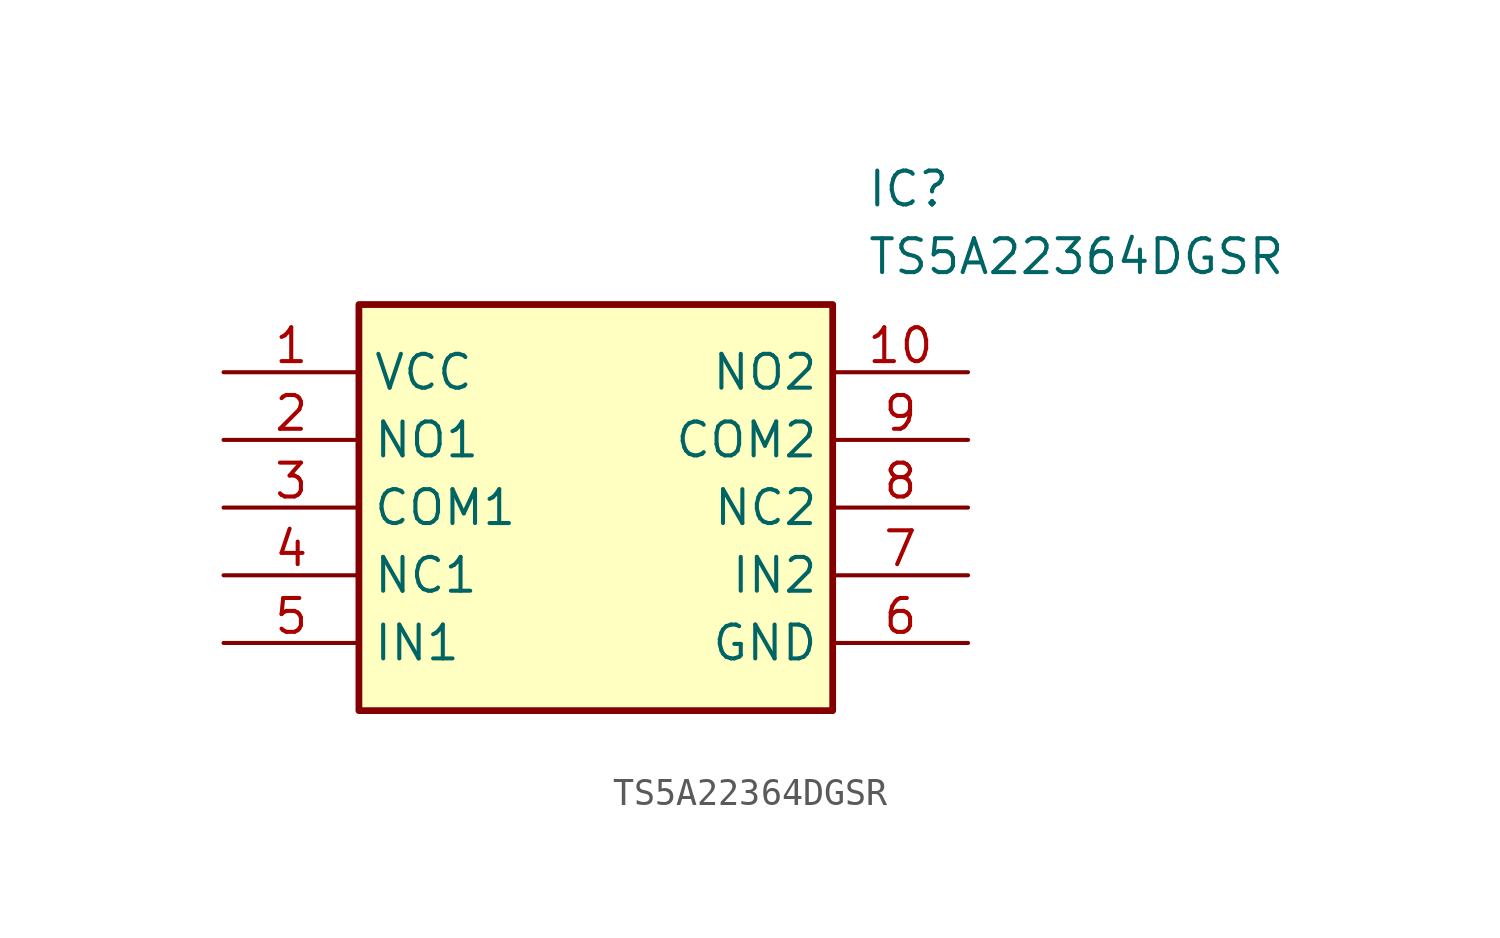
<source format=kicad_sym>
(kicad_symbol_lib
  (version 20211014)
  (generator SamacSys_ECAD_Model)
  (symbol "TS5A22364DGSR"
    (property "Reference" "IC"
      (at 24.13 7.62 0)
      (effects (font (size 1.27 1.27)) (justify left top)))
    (property "Value" "TS5A22364DGSR"
      (at 24.13 5.08 0)
      (effects (font (size 1.27 1.27)) (justify left top)))
    (rectangle
      (start 5.08 2.54)
      (end 22.86 -12.7)
      (stroke (width 0.254) (type default))
      (fill (type background)))
    (pin passive line
      (at 0 0 0)
      (length 5.08)
      (name "VCC" (effects (font (size 1.27 1.27))))
      (number "1" (effects (font (size 1.27 1.27)))))
    (pin passive line
      (at 0 -2.54 0)
      (length 5.08)
      (name "NO1" (effects (font (size 1.27 1.27))))
      (number "2" (effects (font (size 1.27 1.27)))))
    (pin passive line
      (at 0 -5.08 0)
      (length 5.08)
      (name "COM1" (effects (font (size 1.27 1.27))))
      (number "3" (effects (font (size 1.27 1.27)))))
    (pin passive line
      (at 0 -7.62 0)
      (length 5.08)
      (name "NC1" (effects (font (size 1.27 1.27))))
      (number "4" (effects (font (size 1.27 1.27)))))
    (pin passive line
      (at 0 -10.16 0)
      (length 5.08)
      (name "IN1" (effects (font (size 1.27 1.27))))
      (number "5" (effects (font (size 1.27 1.27)))))
    (pin passive line
      (at 27.94 0 180)
      (length 5.08)
      (name "NO2" (effects (font (size 1.27 1.27))))
      (number "10" (effects (font (size 1.27 1.27)))))
    (pin passive line
      (at 27.94 -2.54 180)
      (length 5.08)
      (name "COM2" (effects (font (size 1.27 1.27))))
      (number "9" (effects (font (size 1.27 1.27)))))
    (pin passive line
      (at 27.94 -5.08 180)
      (length 5.08)
      (name "NC2" (effects (font (size 1.27 1.27))))
      (number "8" (effects (font (size 1.27 1.27)))))
    (pin passive line
      (at 27.94 -7.62 180)
      (length 5.08)
      (name "IN2" (effects (font (size 1.27 1.27))))
      (number "7" (effects (font (size 1.27 1.27)))))
    (pin passive line
      (at 27.94 -10.16 180)
      (length 5.08)
      (name "GND" (effects (font (size 1.27 1.27))))
      (number "6" (effects (font (size 1.27 1.27)))))))
</source>
